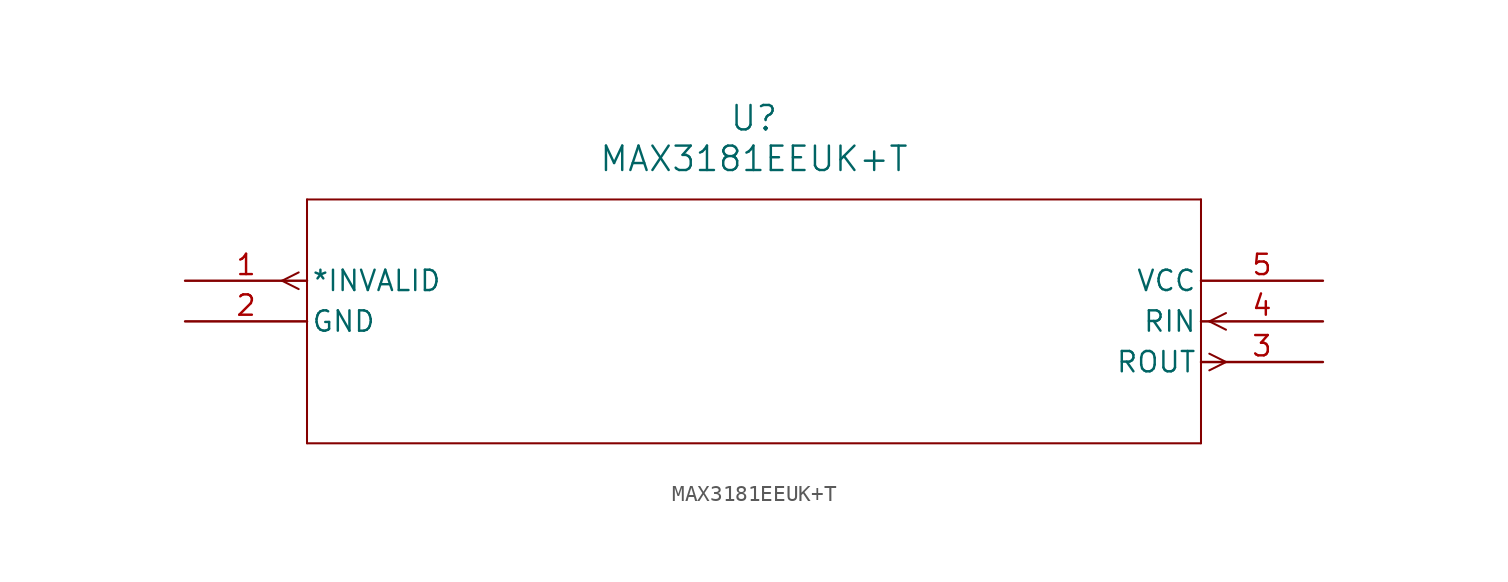
<source format=kicad_sym>
(kicad_symbol_lib
  (version 20211014)
  (generator kicad_symbol_editor)
  (symbol "MAX3181EEUK+T"
    (pin_names
      (offset 0.254))
    (property "Reference" "U"
      (at 35.56 10.16 0)
      (effects (font (size 1.524 1.524))))
    (property "Value" "MAX3181EEUK+T"
      (at 35.56 7.62 0)
      (effects (font (size 1.524 1.524))))
    (symbol "MAX3181EEUK+T_0_1"
      (polyline (pts (xy 7.099 0.521) (xy 6.058 0)) (stroke (width 0.127) (type default) (color 0 0 0 0)) (fill (type none)))
      (polyline (pts (xy 7.099 -0.521) (xy 6.058 0)) (stroke (width 0.127) (type default) (color 0 0 0 0)) (fill (type none)))
      (polyline (pts (xy 64.021 -4.559) (xy 65.062 -5.08)) (stroke (width 0.127) (type default) (color 0 0 0 0)) (fill (type none)))
      (polyline (pts (xy 64.021 -5.601) (xy 65.062 -5.08)) (stroke (width 0.127) (type default) (color 0 0 0 0)) (fill (type none)))
      (polyline (pts (xy 64.021 -2.54) (xy 65.062 -2.019)) (stroke (width 0.127) (type default) (color 0 0 0 0)) (fill (type none)))
      (polyline (pts (xy 64.021 -2.54) (xy 65.062 -3.061)) (stroke (width 0.127) (type default) (color 0 0 0 0)) (fill (type none)))
      (polyline (pts (xy 7.62 5.08) (xy 7.62 -10.16)) (stroke (width 0.127) (type default) (color 0 0 0 0)) (fill (type none)))
      (polyline (pts (xy 7.62 -10.16) (xy 63.5 -10.16)) (stroke (width 0.127) (type default) (color 0 0 0 0)) (fill (type none)))
      (polyline (pts (xy 63.5 -10.16) (xy 63.5 5.08)) (stroke (width 0.127) (type default) (color 0 0 0 0)) (fill (type none)))
      (polyline (pts (xy 63.5 5.08) (xy 7.62 5.08)) (stroke (width 0.127) (type default) (color 0 0 0 0)) (fill (type none)))
      (pin output line (at 0 0 0) (length 7.62) (name "*INVALID" (effects (font (size 1.27 1.27)))) (number "1" (effects (font (size 1.27 1.27)))))
      (pin power_in line (at 0 -2.54 0) (length 7.62) (name "GND" (effects (font (size 1.27 1.27)))) (number "2" (effects (font (size 1.27 1.27)))))
      (pin output line (at 71.12 -5.08 180) (length 7.62) (name "ROUT" (effects (font (size 1.27 1.27)))) (number "3" (effects (font (size 1.27 1.27)))))
      (pin input line (at 71.12 -2.54 180) (length 7.62) (name "RIN" (effects (font (size 1.27 1.27)))) (number "4" (effects (font (size 1.27 1.27)))))
      (pin power_in line (at 71.12 0 180) (length 7.62) (name "VCC" (effects (font (size 1.27 1.27)))) (number "5" (effects (font (size 1.27 1.27))))))))
</source>
